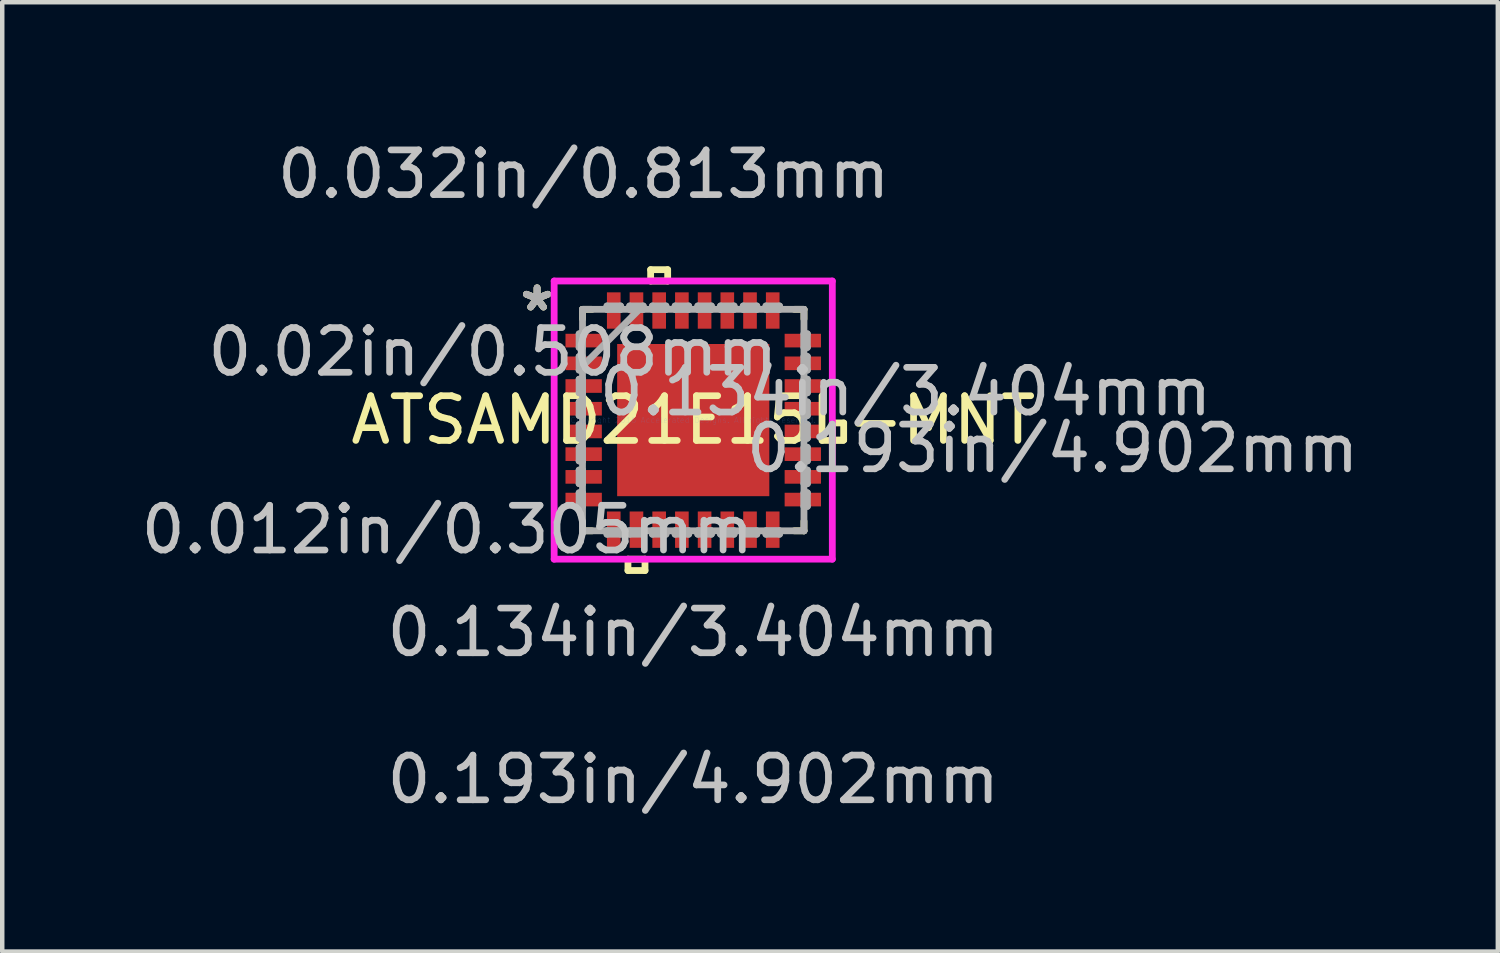
<source format=kicad_pcb>
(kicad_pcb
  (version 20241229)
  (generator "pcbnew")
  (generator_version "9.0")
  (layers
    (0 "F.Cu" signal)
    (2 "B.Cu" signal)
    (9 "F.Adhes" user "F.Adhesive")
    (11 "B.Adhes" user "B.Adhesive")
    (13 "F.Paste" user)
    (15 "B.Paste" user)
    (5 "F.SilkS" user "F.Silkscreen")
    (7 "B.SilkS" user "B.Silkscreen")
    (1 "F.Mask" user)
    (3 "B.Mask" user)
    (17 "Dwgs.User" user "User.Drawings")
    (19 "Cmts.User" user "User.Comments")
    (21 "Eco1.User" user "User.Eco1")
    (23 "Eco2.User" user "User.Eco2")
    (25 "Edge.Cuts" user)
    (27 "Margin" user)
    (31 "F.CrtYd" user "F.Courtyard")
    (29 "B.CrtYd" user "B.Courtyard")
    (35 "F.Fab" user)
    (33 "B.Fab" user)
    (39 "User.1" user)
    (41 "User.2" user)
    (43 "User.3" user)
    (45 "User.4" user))
  (footprint "ATSAMD21E15L-MNT"
    (layer "F.Cu")
    (at 12.457 6.347)
    (property "Reference" "ATSAMD21E15L-MNT" (at 0 0 0) (layer "F.SilkS") (effects (font (size 1 1) (thickness 0.15))))
    (attr through_hole)
    (fp_line (start -2.477 -2.477) (end -2.477 -2.263) (stroke (width 0.152) (type solid)) (layer "F.SilkS"))
    (fp_line (start -2.477 2.263) (end -2.477 2.477) (stroke (width 0.152) (type solid)) (layer "F.SilkS"))
    (fp_line (start -2.477 2.477) (end -2.263 2.477) (stroke (width 0.152) (type solid)) (layer "F.SilkS"))
    (fp_line (start -2.263 -2.477) (end -2.477 -2.477) (stroke (width 0.152) (type solid)) (layer "F.SilkS"))
    (fp_line (start -1.46 3.111) (end -1.46 3.365) (stroke (width 0.152) (type solid)) (layer "F.SilkS"))
    (fp_line (start -1.46 3.365) (end -1.079 3.365) (stroke (width 0.152) (type solid)) (layer "F.SilkS"))
    (fp_line (start -1.079 3.111) (end -1.46 3.111) (stroke (width 0.152) (type solid)) (layer "F.SilkS"))
    (fp_line (start -1.079 3.365) (end -1.079 3.111) (stroke (width 0.152) (type solid)) (layer "F.SilkS"))
    (fp_line (start -0.953 -3.365) (end -0.572 -3.365) (stroke (width 0.152) (type solid)) (layer "F.SilkS"))
    (fp_line (start -0.953 -3.111) (end -0.953 -3.365) (stroke (width 0.152) (type solid)) (layer "F.SilkS"))
    (fp_line (start -0.572 -3.365) (end -0.572 -3.111) (stroke (width 0.152) (type solid)) (layer "F.SilkS"))
    (fp_line (start -0.572 -3.111) (end -0.953 -3.111) (stroke (width 0.152) (type solid)) (layer "F.SilkS"))
    (fp_line (start 2.263 2.477) (end 2.477 2.477) (stroke (width 0.152) (type solid)) (layer "F.SilkS"))
    (fp_line (start 2.477 -2.477) (end 2.263 -2.477) (stroke (width 0.152) (type solid)) (layer "F.SilkS"))
    (fp_line (start 2.477 -2.263) (end 2.477 -2.477) (stroke (width 0.152) (type solid)) (layer "F.SilkS"))
    (fp_line (start 2.477 2.477) (end 2.477 2.263) (stroke (width 0.152) (type solid)) (layer "F.SilkS"))
    (fp_line (start 3.111 0.064) (end 3.365 0.064) (stroke (width 0.152) (type solid)) (layer "F.SilkS"))
    (fp_line (start 3.111 0.445) (end 3.111 0.064) (stroke (width 0.152) (type solid)) (layer "F.SilkS"))
    (fp_line (start 3.365 0.064) (end 3.365 0.445) (stroke (width 0.152) (type solid)) (layer "F.SilkS"))
    (fp_line (start 3.365 0.445) (end 3.111 0.445) (stroke (width 0.152) (type solid)) (layer "F.SilkS"))
    (fp_line (start -1.602 -1.602) (end -1.602 -0.1) (stroke (width 0.152) (type solid)) (layer "F.Paste"))
    (fp_line (start -1.602 -0.1) (end -0.1 -0.1) (stroke (width 0.152) (type solid)) (layer "F.Paste"))
    (fp_line (start -1.602 0.1) (end -1.602 1.602) (stroke (width 0.152) (type solid)) (layer "F.Paste"))
    (fp_line (start -1.602 1.602) (end -0.1 1.602) (stroke (width 0.152) (type solid)) (layer "F.Paste"))
    (fp_line (start -0.1 -1.602) (end -1.602 -1.602) (stroke (width 0.152) (type solid)) (layer "F.Paste"))
    (fp_line (start -0.1 -0.1) (end -0.1 -1.602) (stroke (width 0.152) (type solid)) (layer "F.Paste"))
    (fp_line (start -0.1 0.1) (end -1.602 0.1) (stroke (width 0.152) (type solid)) (layer "F.Paste"))
    (fp_line (start -0.1 1.602) (end -0.1 0.1) (stroke (width 0.152) (type solid)) (layer "F.Paste"))
    (fp_line (start 0.1 -1.602) (end 0.1 -0.1) (stroke (width 0.152) (type solid)) (layer "F.Paste"))
    (fp_line (start 0.1 -0.1) (end 1.602 -0.1) (stroke (width 0.152) (type solid)) (layer "F.Paste"))
    (fp_line (start 0.1 0.1) (end 0.1 1.602) (stroke (width 0.152) (type solid)) (layer "F.Paste"))
    (fp_line (start 0.1 1.602) (end 1.602 1.602) (stroke (width 0.152) (type solid)) (layer "F.Paste"))
    (fp_line (start 1.602 -1.602) (end 0.1 -1.602) (stroke (width 0.152) (type solid)) (layer "F.Paste"))
    (fp_line (start 1.602 -0.1) (end 1.602 -1.602) (stroke (width 0.152) (type solid)) (layer "F.Paste"))
    (fp_line (start 1.602 0.1) (end 0.1 0.1) (stroke (width 0.152) (type solid)) (layer "F.Paste"))
    (fp_line (start 1.602 1.602) (end 1.602 0.1) (stroke (width 0.152) (type solid)) (layer "F.Paste"))
    (fp_line (start -3.111 -3.111) (end 3.111 -3.111) (stroke (width 0.152) (type solid)) (layer "F.CrtYd"))
    (fp_line (start -3.111 3.111) (end -3.111 -3.111) (stroke (width 0.152) (type solid)) (layer "F.CrtYd"))
    (fp_line (start 3.111 -3.111) (end 3.111 3.111) (stroke (width 0.152) (type solid)) (layer "F.CrtYd"))
    (fp_line (start 3.111 3.111) (end -3.111 3.111) (stroke (width 0.152) (type solid)) (layer "F.CrtYd"))
    (fp_line (start -2.553 -1.93) (end -2.553 -1.626) (stroke (width 0.152) (type solid)) (layer "F.Fab"))
    (fp_line (start -2.553 -1.626) (end -2.477 -1.626) (stroke (width 0.152) (type solid)) (layer "F.Fab"))
    (fp_line (start -2.553 -1.422) (end -2.553 -1.118) (stroke (width 0.152) (type solid)) (layer "F.Fab"))
    (fp_line (start -2.553 -1.118) (end -2.477 -1.118) (stroke (width 0.152) (type solid)) (layer "F.Fab"))
    (fp_line (start -2.553 -0.914) (end -2.553 -0.61) (stroke (width 0.152) (type solid)) (layer "F.Fab"))
    (fp_line (start -2.553 -0.61) (end -2.477 -0.61) (stroke (width 0.152) (type solid)) (layer "F.Fab"))
    (fp_line (start -2.553 -0.406) (end -2.553 -0.102) (stroke (width 0.152) (type solid)) (layer "F.Fab"))
    (fp_line (start -2.553 -0.102) (end -2.477 -0.102) (stroke (width 0.152) (type solid)) (layer "F.Fab"))
    (fp_line (start -2.553 0.102) (end -2.553 0.406) (stroke (width 0.152) (type solid)) (layer "F.Fab"))
    (fp_line (start -2.553 0.406) (end -2.477 0.406) (stroke (width 0.152) (type solid)) (layer "F.Fab"))
    (fp_line (start -2.553 0.61) (end -2.553 0.914) (stroke (width 0.152) (type solid)) (layer "F.Fab"))
    (fp_line (start -2.553 0.914) (end -2.477 0.914) (stroke (width 0.152) (type solid)) (layer "F.Fab"))
    (fp_line (start -2.553 1.118) (end -2.553 1.422) (stroke (width 0.152) (type solid)) (layer "F.Fab"))
    (fp_line (start -2.553 1.422) (end -2.477 1.422) (stroke (width 0.152) (type solid)) (layer "F.Fab"))
    (fp_line (start -2.553 1.626) (end -2.553 1.93) (stroke (width 0.152) (type solid)) (layer "F.Fab"))
    (fp_line (start -2.553 1.93) (end -2.477 1.93) (stroke (width 0.152) (type solid)) (layer "F.Fab"))
    (fp_line (start -2.477 -2.477) (end -2.477 -2.477) (stroke (width 0.152) (type solid)) (layer "F.Fab"))
    (fp_line (start -2.477 -2.477) (end -2.477 2.477) (stroke (width 0.152) (type solid)) (layer "F.Fab"))
    (fp_line (start -2.477 -1.93) (end -2.553 -1.93) (stroke (width 0.152) (type solid)) (layer "F.Fab"))
    (fp_line (start -2.477 -1.626) (end -2.477 -1.93) (stroke (width 0.152) (type solid)) (layer "F.Fab"))
    (fp_line (start -2.477 -1.422) (end -2.553 -1.422) (stroke (width 0.152) (type solid)) (layer "F.Fab"))
    (fp_line (start -2.477 -1.206) (end -1.206 -2.477) (stroke (width 0.152) (type solid)) (layer "F.Fab"))
    (fp_line (start -2.477 -1.118) (end -2.477 -1.422) (stroke (width 0.152) (type solid)) (layer "F.Fab"))
    (fp_line (start -2.477 -0.914) (end -2.553 -0.914) (stroke (width 0.152) (type solid)) (layer "F.Fab"))
    (fp_line (start -2.477 -0.61) (end -2.477 -0.914) (stroke (width 0.152) (type solid)) (layer "F.Fab"))
    (fp_line (start -2.477 -0.406) (end -2.553 -0.406) (stroke (width 0.152) (type solid)) (layer "F.Fab"))
    (fp_line (start -2.477 -0.102) (end -2.477 -0.406) (stroke (width 0.152) (type solid)) (layer "F.Fab"))
    (fp_line (start -2.477 0.102) (end -2.553 0.102) (stroke (width 0.152) (type solid)) (layer "F.Fab"))
    (fp_line (start -2.477 0.406) (end -2.477 0.102) (stroke (width 0.152) (type solid)) (layer "F.Fab"))
    (fp_line (start -2.477 0.61) (end -2.553 0.61) (stroke (width 0.152) (type solid)) (layer "F.Fab"))
    (fp_line (start -2.477 0.914) (end -2.477 0.61) (stroke (width 0.152) (type solid)) (layer "F.Fab"))
    (fp_line (start -2.477 1.118) (end -2.553 1.118) (stroke (width 0.152) (type solid)) (layer "F.Fab"))
    (fp_line (start -2.477 1.422) (end -2.477 1.118) (stroke (width 0.152) (type solid)) (layer "F.Fab"))
    (fp_line (start -2.477 1.626) (end -2.553 1.626) (stroke (width 0.152) (type solid)) (layer "F.Fab"))
    (fp_line (start -2.477 1.93) (end -2.477 1.626) (stroke (width 0.152) (type solid)) (layer "F.Fab"))
    (fp_line (start -2.477 2.477) (end -2.477 2.477) (stroke (width 0.152) (type solid)) (layer "F.Fab"))
    (fp_line (start -2.477 2.477) (end 2.477 2.477) (stroke (width 0.152) (type solid)) (layer "F.Fab"))
    (fp_line (start -1.93 -2.553) (end -1.93 -2.477) (stroke (width 0.152) (type solid)) (layer "F.Fab"))
    (fp_line (start -1.93 -2.477) (end -1.626 -2.477) (stroke (width 0.152) (type solid)) (layer "F.Fab"))
    (fp_line (start -1.93 2.477) (end -1.93 2.553) (stroke (width 0.152) (type solid)) (layer "F.Fab"))
    (fp_line (start -1.93 2.553) (end -1.626 2.553) (stroke (width 0.152) (type solid)) (layer "F.Fab"))
    (fp_line (start -1.626 -2.553) (end -1.93 -2.553) (stroke (width 0.152) (type solid)) (layer "F.Fab"))
    (fp_line (start -1.626 -2.477) (end -1.626 -2.553) (stroke (width 0.152) (type solid)) (layer "F.Fab"))
    (fp_line (start -1.626 2.477) (end -1.93 2.477) (stroke (width 0.152) (type solid)) (layer "F.Fab"))
    (fp_line (start -1.626 2.553) (end -1.626 2.477) (stroke (width 0.152) (type solid)) (layer "F.Fab"))
    (fp_line (start -1.422 -2.553) (end -1.422 -2.477) (stroke (width 0.152) (type solid)) (layer "F.Fab"))
    (fp_line (start -1.422 -2.477) (end -1.118 -2.477) (stroke (width 0.152) (type solid)) (layer "F.Fab"))
    (fp_line (start -1.422 2.477) (end -1.422 2.553) (stroke (width 0.152) (type solid)) (layer "F.Fab"))
    (fp_line (start -1.422 2.553) (end -1.118 2.553) (stroke (width 0.152) (type solid)) (layer "F.Fab"))
    (fp_line (start -1.118 -2.553) (end -1.422 -2.553) (stroke (width 0.152) (type solid)) (layer "F.Fab"))
    (fp_line (start -1.118 -2.477) (end -1.118 -2.553) (stroke (width 0.152) (type solid)) (layer "F.Fab"))
    (fp_line (start -1.118 2.477) (end -1.422 2.477) (stroke (width 0.152) (type solid)) (layer "F.Fab"))
    (fp_line (start -1.118 2.553) (end -1.118 2.477) (stroke (width 0.152) (type solid)) (layer "F.Fab"))
    (fp_line (start -0.914 -2.553) (end -0.914 -2.477) (stroke (width 0.152) (type solid)) (layer "F.Fab"))
    (fp_line (start -0.914 -2.477) (end -0.61 -2.477) (stroke (width 0.152) (type solid)) (layer "F.Fab"))
    (fp_line (start -0.914 2.477) (end -0.914 2.553) (stroke (width 0.152) (type solid)) (layer "F.Fab"))
    (fp_line (start -0.914 2.553) (end -0.61 2.553) (stroke (width 0.152) (type solid)) (layer "F.Fab"))
    (fp_line (start -0.61 -2.553) (end -0.914 -2.553) (stroke (width 0.152) (type solid)) (layer "F.Fab"))
    (fp_line (start -0.61 -2.477) (end -0.61 -2.553) (stroke (width 0.152) (type solid)) (layer "F.Fab"))
    (fp_line (start -0.61 2.477) (end -0.914 2.477) (stroke (width 0.152) (type solid)) (layer "F.Fab"))
    (fp_line (start -0.61 2.553) (end -0.61 2.477) (stroke (width 0.152) (type solid)) (layer "F.Fab"))
    (fp_line (start -0.406 -2.553) (end -0.406 -2.477) (stroke (width 0.152) (type solid)) (layer "F.Fab"))
    (fp_line (start -0.406 -2.477) (end -0.102 -2.477) (stroke (width 0.152) (type solid)) (layer "F.Fab"))
    (fp_line (start -0.406 2.477) (end -0.406 2.553) (stroke (width 0.152) (type solid)) (layer "F.Fab"))
    (fp_line (start -0.406 2.553) (end -0.102 2.553) (stroke (width 0.152) (type solid)) (layer "F.Fab"))
    (fp_line (start -0.102 -2.553) (end -0.406 -2.553) (stroke (width 0.152) (type solid)) (layer "F.Fab"))
    (fp_line (start -0.102 -2.477) (end -0.102 -2.553) (stroke (width 0.152) (type solid)) (layer "F.Fab"))
    (fp_line (start -0.102 2.477) (end -0.406 2.477) (stroke (width 0.152) (type solid)) (layer "F.Fab"))
    (fp_line (start -0.102 2.553) (end -0.102 2.477) (stroke (width 0.152) (type solid)) (layer "F.Fab"))
    (fp_line (start 0.102 -2.553) (end 0.102 -2.477) (stroke (width 0.152) (type solid)) (layer "F.Fab"))
    (fp_line (start 0.102 -2.477) (end 0.406 -2.477) (stroke (width 0.152) (type solid)) (layer "F.Fab"))
    (fp_line (start 0.102 2.477) (end 0.102 2.553) (stroke (width 0.152) (type solid)) (layer "F.Fab"))
    (fp_line (start 0.102 2.553) (end 0.406 2.553) (stroke (width 0.152) (type solid)) (layer "F.Fab"))
    (fp_line (start 0.406 -2.553) (end 0.102 -2.553) (stroke (width 0.152) (type solid)) (layer "F.Fab"))
    (fp_line (start 0.406 -2.477) (end 0.406 -2.553) (stroke (width 0.152) (type solid)) (layer "F.Fab"))
    (fp_line (start 0.406 2.477) (end 0.102 2.477) (stroke (width 0.152) (type solid)) (layer "F.Fab"))
    (fp_line (start 0.406 2.553) (end 0.406 2.477) (stroke (width 0.152) (type solid)) (layer "F.Fab"))
    (fp_line (start 0.61 -2.553) (end 0.61 -2.477) (stroke (width 0.152) (type solid)) (layer "F.Fab"))
    (fp_line (start 0.61 -2.477) (end 0.914 -2.477) (stroke (width 0.152) (type solid)) (layer "F.Fab"))
    (fp_line (start 0.61 2.477) (end 0.61 2.553) (stroke (width 0.152) (type solid)) (layer "F.Fab"))
    (fp_line (start 0.61 2.553) (end 0.914 2.553) (stroke (width 0.152) (type solid)) (layer "F.Fab"))
    (fp_line (start 0.914 -2.553) (end 0.61 -2.553) (stroke (width 0.152) (type solid)) (layer "F.Fab"))
    (fp_line (start 0.914 -2.477) (end 0.914 -2.553) (stroke (width 0.152) (type solid)) (layer "F.Fab"))
    (fp_line (start 0.914 2.477) (end 0.61 2.477) (stroke (width 0.152) (type solid)) (layer "F.Fab"))
    (fp_line (start 0.914 2.553) (end 0.914 2.477) (stroke (width 0.152) (type solid)) (layer "F.Fab"))
    (fp_line (start 1.118 -2.553) (end 1.118 -2.477) (stroke (width 0.152) (type solid)) (layer "F.Fab"))
    (fp_line (start 1.118 -2.477) (end 1.422 -2.477) (stroke (width 0.152) (type solid)) (layer "F.Fab"))
    (fp_line (start 1.118 2.477) (end 1.118 2.553) (stroke (width 0.152) (type solid)) (layer "F.Fab"))
    (fp_line (start 1.118 2.553) (end 1.422 2.553) (stroke (width 0.152) (type solid)) (layer "F.Fab"))
    (fp_line (start 1.422 -2.553) (end 1.118 -2.553) (stroke (width 0.152) (type solid)) (layer "F.Fab"))
    (fp_line (start 1.422 -2.477) (end 1.422 -2.553) (stroke (width 0.152) (type solid)) (layer "F.Fab"))
    (fp_line (start 1.422 2.477) (end 1.118 2.477) (stroke (width 0.152) (type solid)) (layer "F.Fab"))
    (fp_line (start 1.422 2.553) (end 1.422 2.477) (stroke (width 0.152) (type solid)) (layer "F.Fab"))
    (fp_line (start 1.626 -2.553) (end 1.626 -2.477) (stroke (width 0.152) (type solid)) (layer "F.Fab"))
    (fp_line (start 1.626 -2.477) (end 1.93 -2.477) (stroke (width 0.152) (type solid)) (layer "F.Fab"))
    (fp_line (start 1.626 2.477) (end 1.626 2.553) (stroke (width 0.152) (type solid)) (layer "F.Fab"))
    (fp_line (start 1.626 2.553) (end 1.93 2.553) (stroke (width 0.152) (type solid)) (layer "F.Fab"))
    (fp_line (start 1.93 -2.553) (end 1.626 -2.553) (stroke (width 0.152) (type solid)) (layer "F.Fab"))
    (fp_line (start 1.93 -2.477) (end 1.93 -2.553) (stroke (width 0.152) (type solid)) (layer "F.Fab"))
    (fp_line (start 1.93 2.477) (end 1.626 2.477) (stroke (width 0.152) (type solid)) (layer "F.Fab"))
    (fp_line (start 1.93 2.553) (end 1.93 2.477) (stroke (width 0.152) (type solid)) (layer "F.Fab"))
    (fp_line (start 2.477 -2.477) (end -2.477 -2.477) (stroke (width 0.152) (type solid)) (layer "F.Fab"))
    (fp_line (start 2.477 -2.477) (end 2.477 -2.477) (stroke (width 0.152) (type solid)) (layer "F.Fab"))
    (fp_line (start 2.477 -1.93) (end 2.477 -1.626) (stroke (width 0.152) (type solid)) (layer "F.Fab"))
    (fp_line (start 2.477 -1.626) (end 2.553 -1.626) (stroke (width 0.152) (type solid)) (layer "F.Fab"))
    (fp_line (start 2.477 -1.422) (end 2.477 -1.118) (stroke (width 0.152) (type solid)) (layer "F.Fab"))
    (fp_line (start 2.477 -1.118) (end 2.553 -1.118) (stroke (width 0.152) (type solid)) (layer "F.Fab"))
    (fp_line (start 2.477 -0.914) (end 2.477 -0.61) (stroke (width 0.152) (type solid)) (layer "F.Fab"))
    (fp_line (start 2.477 -0.61) (end 2.553 -0.61) (stroke (width 0.152) (type solid)) (layer "F.Fab"))
    (fp_line (start 2.477 -0.406) (end 2.477 -0.102) (stroke (width 0.152) (type solid)) (layer "F.Fab"))
    (fp_line (start 2.477 -0.102) (end 2.553 -0.102) (stroke (width 0.152) (type solid)) (layer "F.Fab"))
    (fp_line (start 2.477 0.102) (end 2.477 0.406) (stroke (width 0.152) (type solid)) (layer "F.Fab"))
    (fp_line (start 2.477 0.406) (end 2.553 0.406) (stroke (width 0.152) (type solid)) (layer "F.Fab"))
    (fp_line (start 2.477 0.61) (end 2.477 0.914) (stroke (width 0.152) (type solid)) (layer "F.Fab"))
    (fp_line (start 2.477 0.914) (end 2.553 0.914) (stroke (width 0.152) (type solid)) (layer "F.Fab"))
    (fp_line (start 2.477 1.118) (end 2.477 1.422) (stroke (width 0.152) (type solid)) (layer "F.Fab"))
    (fp_line (start 2.477 1.422) (end 2.553 1.422) (stroke (width 0.152) (type solid)) (layer "F.Fab"))
    (fp_line (start 2.477 1.626) (end 2.477 1.93) (stroke (width 0.152) (type solid)) (layer "F.Fab"))
    (fp_line (start 2.477 1.93) (end 2.553 1.93) (stroke (width 0.152) (type solid)) (layer "F.Fab"))
    (fp_line (start 2.477 2.477) (end 2.477 -2.477) (stroke (width 0.152) (type solid)) (layer "F.Fab"))
    (fp_line (start 2.477 2.477) (end 2.477 2.477) (stroke (width 0.152) (type solid)) (layer "F.Fab"))
    (fp_line (start 2.553 -1.93) (end 2.477 -1.93) (stroke (width 0.152) (type solid)) (layer "F.Fab"))
    (fp_line (start 2.553 -1.626) (end 2.553 -1.93) (stroke (width 0.152) (type solid)) (layer "F.Fab"))
    (fp_line (start 2.553 -1.422) (end 2.477 -1.422) (stroke (width 0.152) (type solid)) (layer "F.Fab"))
    (fp_line (start 2.553 -1.118) (end 2.553 -1.422) (stroke (width 0.152) (type solid)) (layer "F.Fab"))
    (fp_line (start 2.553 -0.914) (end 2.477 -0.914) (stroke (width 0.152) (type solid)) (layer "F.Fab"))
    (fp_line (start 2.553 -0.61) (end 2.553 -0.914) (stroke (width 0.152) (type solid)) (layer "F.Fab"))
    (fp_line (start 2.553 -0.406) (end 2.477 -0.406) (stroke (width 0.152) (type solid)) (layer "F.Fab"))
    (fp_line (start 2.553 -0.102) (end 2.553 -0.406) (stroke (width 0.152) (type solid)) (layer "F.Fab"))
    (fp_line (start 2.553 0.102) (end 2.477 0.102) (stroke (width 0.152) (type solid)) (layer "F.Fab"))
    (fp_line (start 2.553 0.406) (end 2.553 0.102) (stroke (width 0.152) (type solid)) (layer "F.Fab"))
    (fp_line (start 2.553 0.61) (end 2.477 0.61) (stroke (width 0.152) (type solid)) (layer "F.Fab"))
    (fp_line (start 2.553 0.914) (end 2.553 0.61) (stroke (width 0.152) (type solid)) (layer "F.Fab"))
    (fp_line (start 2.553 1.118) (end 2.477 1.118) (stroke (width 0.152) (type solid)) (layer "F.Fab"))
    (fp_line (start 2.553 1.422) (end 2.553 1.118) (stroke (width 0.152) (type solid)) (layer "F.Fab"))
    (fp_line (start 2.553 1.626) (end 2.477 1.626) (stroke (width 0.152) (type solid)) (layer "F.Fab"))
    (fp_line (start 2.553 1.93) (end 2.553 1.626) (stroke (width 0.152) (type solid)) (layer "F.Fab"))
    (fp_text user "*" (at -3.493 -2.413 0) (layer "F.SilkS") (effects (font (size 1 1) (thickness 0.15))))
    (fp_text user "*" (at -3.493 -2.413 0) (layer "F.SilkS") (effects (font (size 1 1) (thickness 0.15))))
    (fp_text user "0.012in/0.305mm" (at -5.499 2.451 0) (layer "Dwgs.User") (effects (font (size 1 1) (thickness 0.15))))
    (fp_text user "0.032in/0.813mm" (at -2.451 -5.499 0) (layer "Dwgs.User") (effects (font (size 1 1) (thickness 0.15))))
    (fp_text user "0.134in/3.404mm" (at 0 4.75 0) (layer "Dwgs.User") (effects (font (size 1 1) (thickness 0.15))))
    (fp_text user "0.02in/0.508mm" (at -4.483 -1.524 0) (layer "Dwgs.User") (effects (font (size 1 1) (thickness 0.15))))
    (fp_text user "0.193in/4.902mm" (at 0 8.039 0) (layer "Dwgs.User") (effects (font (size 1 1) (thickness 0.15))))
    (fp_text user "0.193in/4.902mm" (at 8.039 0.635 0) (layer "Dwgs.User") (effects (font (size 1 1) (thickness 0.15))))
    (fp_text user "0.134in/3.404mm" (at 4.75 -0.635 0) (layer "Dwgs.User") (effects (font (size 1 1) (thickness 0.15))))
    (fp_text user "Copyright 2016 Accelerated Designs. All rights reserved." (at 0 0 0) (layer "Cmts.User") (effects (font (size 0.127 0.127) (thickness 0.002))))
    (fp_text user "*" (at -3.493 -2.413 0) (layer "F.Fab") (effects (font (size 1 1) (thickness 0.15))))
    (fp_text user "*" (at -3.493 -2.413 0) (layer "F.Fab") (effects (font (size 1 1) (thickness 0.15))))
    (pad "1" smd rect (at -2.451 -1.778 90) (size 0.305 0.813) (layers "F.Cu" "F.Mask" "F.Paste"))
    (pad "2" smd rect (at -2.451 -1.27 90) (size 0.305 0.813) (layers "F.Cu" "F.Mask" "F.Paste"))
    (pad "3" smd rect (at -2.451 -0.762 90) (size 0.305 0.813) (layers "F.Cu" "F.Mask" "F.Paste"))
    (pad "4" smd rect (at -2.451 -0.254 90) (size 0.305 0.813) (layers "F.Cu" "F.Mask" "F.Paste"))
    (pad "5" smd rect (at -2.451 0.254 90) (size 0.305 0.813) (layers "F.Cu" "F.Mask" "F.Paste"))
    (pad "6" smd rect (at -2.451 0.762 90) (size 0.305 0.813) (layers "F.Cu" "F.Mask" "F.Paste"))
    (pad "7" smd rect (at -2.451 1.27 90) (size 0.305 0.813) (layers "F.Cu" "F.Mask" "F.Paste"))
    (pad "8" smd rect (at -2.451 1.778 90) (size 0.305 0.813) (layers "F.Cu" "F.Mask" "F.Paste"))
    (pad "9" smd rect (at -1.778 2.451) (size 0.305 0.813) (layers "F.Cu" "F.Mask" "F.Paste"))
    (pad "10" smd rect (at -1.27 2.451) (size 0.305 0.813) (layers "F.Cu" "F.Mask" "F.Paste"))
    (pad "11" smd rect (at -0.762 2.451) (size 0.305 0.813) (layers "F.Cu" "F.Mask" "F.Paste"))
    (pad "12" smd rect (at -0.254 2.451) (size 0.305 0.813) (layers "F.Cu" "F.Mask" "F.Paste"))
    (pad "13" smd rect (at 0.254 2.451) (size 0.305 0.813) (layers "F.Cu" "F.Mask" "F.Paste"))
    (pad "14" smd rect (at 0.762 2.451) (size 0.305 0.813) (layers "F.Cu" "F.Mask" "F.Paste"))
    (pad "15" smd rect (at 1.27 2.451) (size 0.305 0.813) (layers "F.Cu" "F.Mask" "F.Paste"))
    (pad "16" smd rect (at 1.778 2.451) (size 0.305 0.813) (layers "F.Cu" "F.Mask" "F.Paste"))
    (pad "17" smd rect (at 2.451 1.778 90) (size 0.305 0.813) (layers "F.Cu" "F.Mask" "F.Paste"))
    (pad "18" smd rect (at 2.451 1.27 90) (size 0.305 0.813) (layers "F.Cu" "F.Mask" "F.Paste"))
    (pad "19" smd rect (at 2.451 0.762 90) (size 0.305 0.813) (layers "F.Cu" "F.Mask" "F.Paste"))
    (pad "20" smd rect (at 2.451 0.254 90) (size 0.305 0.813) (layers "F.Cu" "F.Mask" "F.Paste"))
    (pad "21" smd rect (at 2.451 -0.254 90) (size 0.305 0.813) (layers "F.Cu" "F.Mask" "F.Paste"))
    (pad "22" smd rect (at 2.451 -0.762 90) (size 0.305 0.813) (layers "F.Cu" "F.Mask" "F.Paste"))
    (pad "23" smd rect (at 2.451 -1.27 90) (size 0.305 0.813) (layers "F.Cu" "F.Mask" "F.Paste"))
    (pad "24" smd rect (at 2.451 -1.778 90) (size 0.305 0.813) (layers "F.Cu" "F.Mask" "F.Paste"))
    (pad "25" smd rect (at 1.778 -2.451) (size 0.305 0.813) (layers "F.Cu" "F.Mask" "F.Paste"))
    (pad "26" smd rect (at 1.27 -2.451) (size 0.305 0.813) (layers "F.Cu" "F.Mask" "F.Paste"))
    (pad "27" smd rect (at 0.762 -2.451) (size 0.305 0.813) (layers "F.Cu" "F.Mask" "F.Paste"))
    (pad "28" smd rect (at 0.254 -2.451) (size 0.305 0.813) (layers "F.Cu" "F.Mask" "F.Paste"))
    (pad "29" smd rect (at -0.254 -2.451) (size 0.305 0.813) (layers "F.Cu" "F.Mask" "F.Paste"))
    (pad "30" smd rect (at -0.762 -2.451) (size 0.305 0.813) (layers "F.Cu" "F.Mask" "F.Paste"))
    (pad "31" smd rect (at -1.27 -2.451) (size 0.305 0.813) (layers "F.Cu" "F.Mask" "F.Paste"))
    (pad "32" smd rect (at -1.778 -2.451) (size 0.305 0.813) (layers "F.Cu" "F.Mask" "F.Paste"))
    (pad "33" smd rect (at 0 0) (size 3.404 3.404) (layers "F.Cu" "F.Mask" "F.Paste")))
  (gr_rect
    (start -3 -3)
    (end 30.455 18.235)
    (stroke (width 0.1) (type default))
    (fill no)
    (layer "Edge.Cuts")))
</source>
